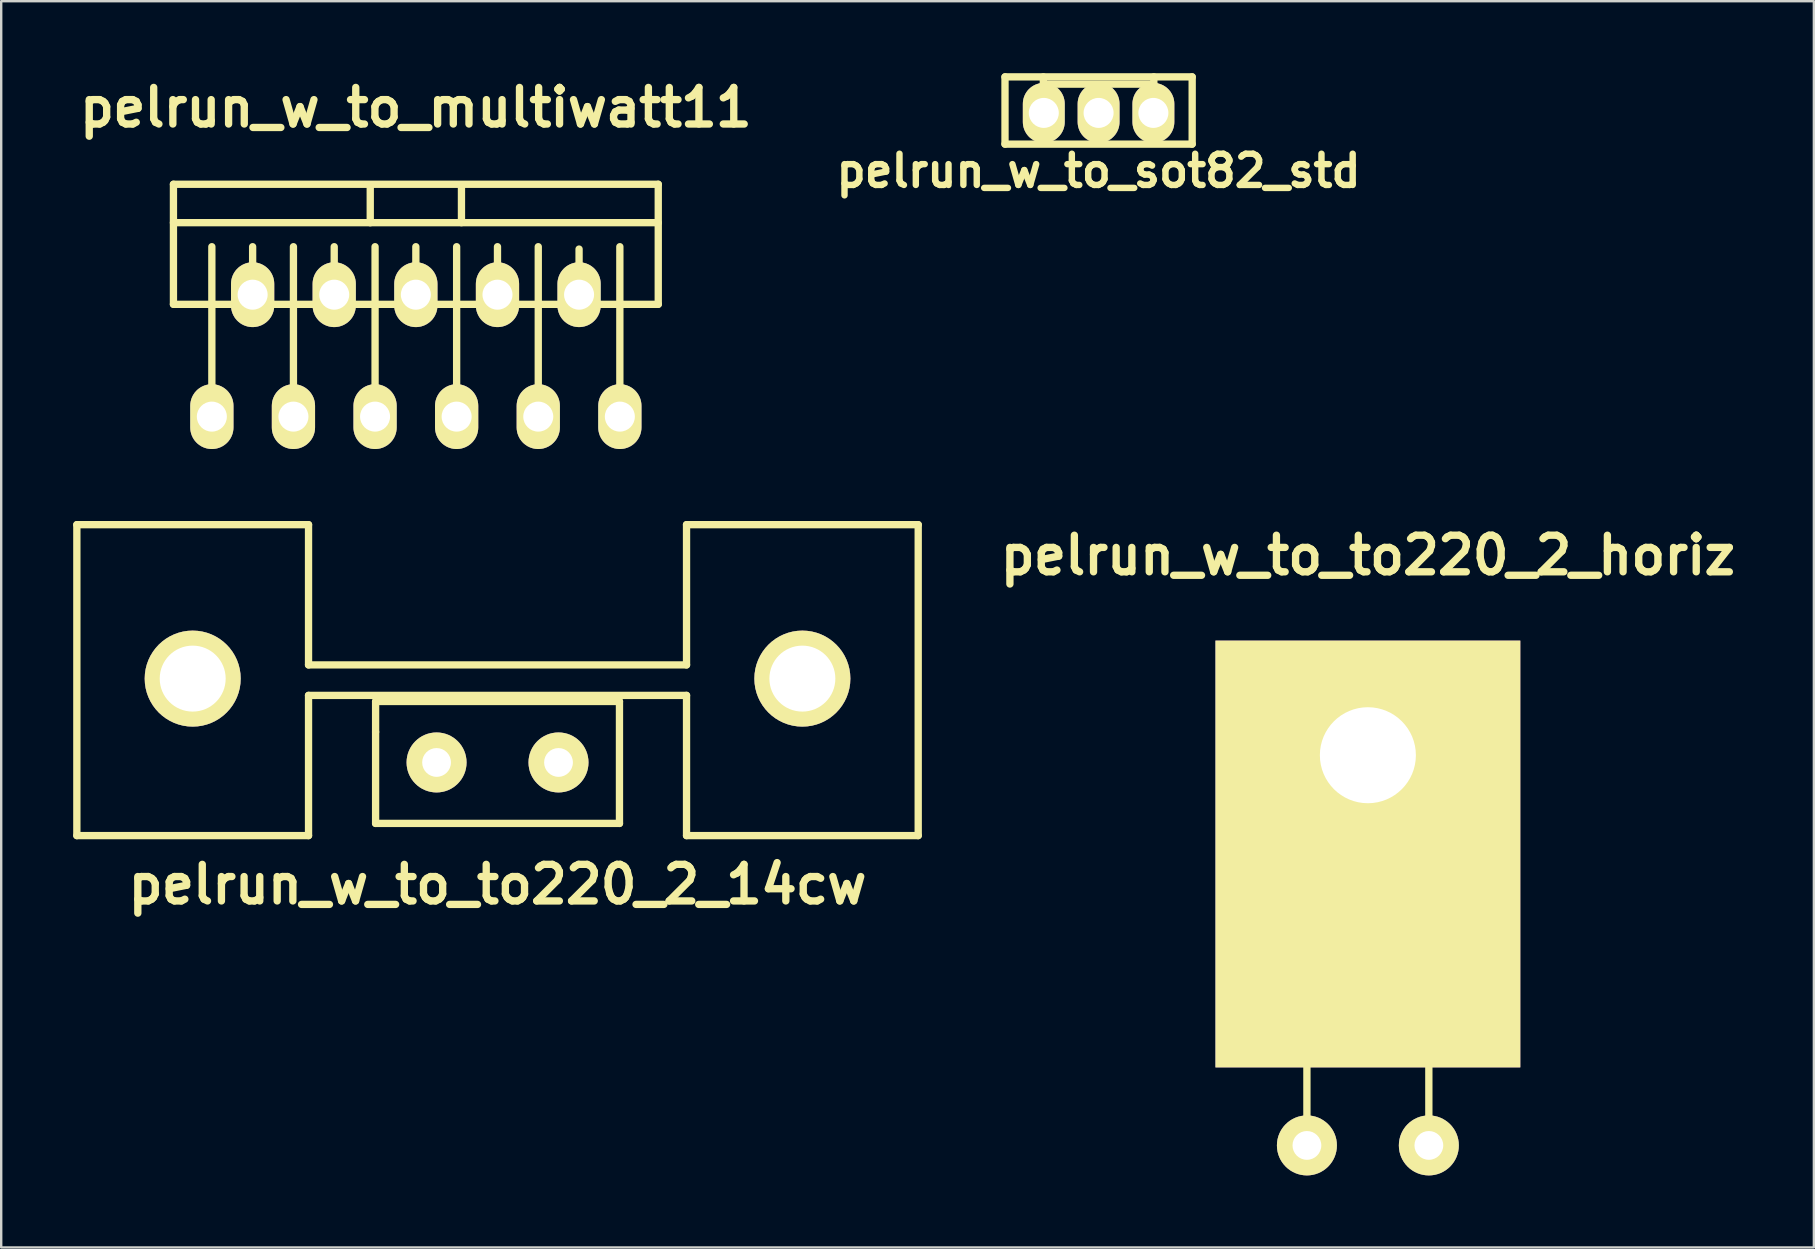
<source format=kicad_pcb>
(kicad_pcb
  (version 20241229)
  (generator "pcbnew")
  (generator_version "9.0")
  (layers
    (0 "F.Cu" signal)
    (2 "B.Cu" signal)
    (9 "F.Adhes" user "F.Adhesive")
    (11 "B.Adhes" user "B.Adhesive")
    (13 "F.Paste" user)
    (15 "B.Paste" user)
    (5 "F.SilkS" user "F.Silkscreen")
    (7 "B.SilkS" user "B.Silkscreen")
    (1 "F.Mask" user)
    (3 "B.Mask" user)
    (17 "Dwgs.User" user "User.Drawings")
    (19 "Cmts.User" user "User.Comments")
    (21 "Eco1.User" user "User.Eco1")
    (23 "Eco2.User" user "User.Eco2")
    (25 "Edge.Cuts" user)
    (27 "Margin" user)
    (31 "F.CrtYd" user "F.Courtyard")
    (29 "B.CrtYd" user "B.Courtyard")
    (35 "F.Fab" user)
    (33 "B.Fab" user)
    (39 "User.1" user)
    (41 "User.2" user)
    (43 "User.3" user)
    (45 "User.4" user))
  (footprint "pelrun_w_to_to220_2_14cw"
    (layer "F.Cu")
    (at 17.678 28.715)
    (property "Reference" "pelrun_w_to_to220_2_14cw" (at 0 5.08 0) (layer "F.SilkS") (effects (font (size 1.524 1.524) (thickness 0.305))))
    (attr through_hole)
    (fp_line (start -17.526 -9.906) (end -17.526 3.048) (stroke (width 0.305) (type solid)) (layer "F.SilkS"))
    (fp_line (start -17.526 3.048) (end -7.874 3.048) (stroke (width 0.305) (type solid)) (layer "F.SilkS"))
    (fp_line (start -7.874 -9.906) (end -17.526 -9.906) (stroke (width 0.305) (type solid)) (layer "F.SilkS"))
    (fp_line (start -7.874 -9.906) (end -7.874 -4.064) (stroke (width 0.305) (type solid)) (layer "F.SilkS"))
    (fp_line (start -7.874 -2.794) (end -7.874 3.048) (stroke (width 0.305) (type solid)) (layer "F.SilkS"))
    (fp_line (start -7.874 -2.794) (end 7.874 -2.794) (stroke (width 0.305) (type solid)) (layer "F.SilkS"))
    (fp_line (start -5.08 -2.54) (end -5.08 -1.27) (stroke (width 0.305) (type solid)) (layer "F.SilkS"))
    (fp_line (start -5.08 -1.27) (end -5.08 2.54) (stroke (width 0.305) (type solid)) (layer "F.SilkS"))
    (fp_line (start -5.08 2.54) (end 5.08 2.54) (stroke (width 0.305) (type solid)) (layer "F.SilkS"))
    (fp_line (start 5.08 -2.54) (end -5.08 -2.54) (stroke (width 0.305) (type solid)) (layer "F.SilkS"))
    (fp_line (start 5.08 2.54) (end 5.08 -2.54) (stroke (width 0.305) (type solid)) (layer "F.SilkS"))
    (fp_line (start 7.874 -9.906) (end 7.874 -4.064) (stroke (width 0.305) (type solid)) (layer "F.SilkS"))
    (fp_line (start 7.874 -4.064) (end -7.874 -4.064) (stroke (width 0.305) (type solid)) (layer "F.SilkS"))
    (fp_line (start 7.874 3.048) (end 7.874 -2.794) (stroke (width 0.305) (type solid)) (layer "F.SilkS"))
    (fp_line (start 7.874 3.048) (end 17.526 3.048) (stroke (width 0.305) (type solid)) (layer "F.SilkS"))
    (fp_line (start 17.526 -9.906) (end 7.874 -9.906) (stroke (width 0.305) (type solid)) (layer "F.SilkS"))
    (fp_line (start 17.526 -9.906) (end 17.526 3.048) (stroke (width 0.305) (type solid)) (layer "F.SilkS"))
    (pad "" thru_hole circle (at -12.7 -3.493) (size 4 4) (drill 2.748) (layers "*.Cu" "*.Mask" "F.SilkS"))
    (pad "" thru_hole circle (at 12.7 -3.493) (size 4 4) (drill 2.748) (layers "*.Cu" "*.Mask" "F.SilkS"))
    (pad "1" thru_hole circle (at 2.54 0) (size 2.499 2.499) (drill 1.199) (layers "*.Cu" "*.Mask" "F.SilkS"))
    (pad "2" thru_hole circle (at -2.54 0) (size 2.499 2.499) (drill 1.199) (layers "*.Cu" "*.Mask" "F.SilkS")))
  (footprint "pelrun_w_to_multiwatt11"
    (layer "F.Cu")
    (at 14.275 9.227)
    (property "Reference" "pelrun_w_to_multiwatt11" (at 0 -7.8 0) (layer "F.SilkS") (effects (font (size 1.524 1.524) (thickness 0.305))))
    (attr through_hole)
    (fp_line (start -10.099 -4.6) (end -10.099 0.399) (stroke (width 0.305) (type solid)) (layer "F.SilkS"))
    (fp_line (start -10.099 0.401) (end 10.099 0.401) (stroke (width 0.305) (type solid)) (layer "F.SilkS"))
    (fp_line (start -8.499 5.1) (end -8.499 -1.999) (stroke (width 0.305) (type solid)) (layer "F.SilkS"))
    (fp_line (start -6.8 0) (end -6.8 -1.999) (stroke (width 0.305) (type solid)) (layer "F.SilkS"))
    (fp_line (start -5.1 5.1) (end -5.1 -1.999) (stroke (width 0.305) (type solid)) (layer "F.SilkS"))
    (fp_line (start -3.401 0) (end -3.401 -1.999) (stroke (width 0.305) (type solid)) (layer "F.SilkS"))
    (fp_line (start -1.9 -2.997) (end -1.9 -4.498) (stroke (width 0.305) (type solid)) (layer "F.SilkS"))
    (fp_line (start -1.699 5.1) (end -1.699 -1.999) (stroke (width 0.305) (type solid)) (layer "F.SilkS"))
    (fp_line (start 0 0) (end 0 -1.999) (stroke (width 0.305) (type solid)) (layer "F.SilkS"))
    (fp_line (start 1.699 5.1) (end 1.699 -1.999) (stroke (width 0.305) (type solid)) (layer "F.SilkS"))
    (fp_line (start 1.9 -4.501) (end 1.9 -3) (stroke (width 0.305) (type solid)) (layer "F.SilkS"))
    (fp_line (start 3.401 0) (end 3.401 -1.999) (stroke (width 0.305) (type solid)) (layer "F.SilkS"))
    (fp_line (start 5.1 5.1) (end 5.1 -1.999) (stroke (width 0.305) (type solid)) (layer "F.SilkS"))
    (fp_line (start 6.8 0) (end 6.8 -1.9) (stroke (width 0.305) (type solid)) (layer "F.SilkS"))
    (fp_line (start 8.499 5.1) (end 8.499 -1.999) (stroke (width 0.305) (type solid)) (layer "F.SilkS"))
    (fp_line (start 10.099 -4.6) (end -10.099 -4.6) (stroke (width 0.305) (type solid)) (layer "F.SilkS"))
    (fp_line (start 10.099 -4.6) (end 10.099 0.399) (stroke (width 0.305) (type solid)) (layer "F.SilkS"))
    (fp_line (start 10.099 -3) (end -10.099 -3) (stroke (width 0.305) (type solid)) (layer "F.SilkS"))
    (pad "1" thru_hole oval (at -8.499 5.08) (size 1.801 2.7) (drill 1.25) (layers "*.Cu" "*.Mask" "F.SilkS"))
    (pad "2" thru_hole oval (at -6.8 0) (size 1.801 2.7) (drill 1.25) (layers "*.Cu" "*.Mask" "F.SilkS"))
    (pad "3" thru_hole oval (at -5.1 5.08) (size 1.801 2.7) (drill 1.25) (layers "*.Cu" "*.Mask" "F.SilkS"))
    (pad "4" thru_hole oval (at -3.401 0) (size 1.801 2.7) (drill 1.25) (layers "*.Cu" "*.Mask" "F.SilkS"))
    (pad "5" thru_hole oval (at -1.699 5.08) (size 1.801 2.7) (drill 1.25) (layers "*.Cu" "*.Mask" "F.SilkS"))
    (pad "6" thru_hole oval (at 0 0) (size 1.801 2.7) (drill 1.25) (layers "*.Cu" "*.Mask" "F.SilkS"))
    (pad "7" thru_hole oval (at 1.699 5.08) (size 1.801 2.7) (drill 1.25) (layers "*.Cu" "*.Mask" "F.SilkS"))
    (pad "8" thru_hole oval (at 3.401 0) (size 1.801 2.7) (drill 1.25) (layers "*.Cu" "*.Mask" "F.SilkS"))
    (pad "9" thru_hole oval (at 5.1 5.08) (size 1.801 2.7) (drill 1.25) (layers "*.Cu" "*.Mask" "F.SilkS"))
    (pad "10" thru_hole oval (at 6.8 0) (size 1.801 2.7) (drill 1.25) (layers "*.Cu" "*.Mask" "F.SilkS"))
    (pad "11" thru_hole oval (at 8.499 5.08) (size 1.801 2.7) (drill 1.25) (layers "*.Cu" "*.Mask" "F.SilkS")))
  (footprint "pelrun_w_to_to220_2_horiz"
    (layer "F.Cu")
    (at 53.938 35.069)
    (property "Reference" "pelrun_w_to_to220_2_horiz" (at 0 -14.986 0) (layer "F.SilkS") (effects (font (size 1.524 1.524) (thickness 0.305))))
    (attr through_hole)
    (fp_line (start -5.08 -9.906) (end -5.08 5.461) (stroke (width 0.305) (type solid)) (layer "F.SilkS"))
    (fp_line (start -5.08 5.461) (end 5.08 5.461) (stroke (width 0.305) (type solid)) (layer "F.SilkS"))
    (fp_line (start -2.54 9.652) (end -2.54 5.461) (stroke (width 0.305) (type solid)) (layer "F.SilkS"))
    (fp_line (start 2.54 9.652) (end 2.54 5.461) (stroke (width 0.305) (type solid)) (layer "F.SilkS"))
    (fp_line (start 5.08 -9.906) (end -5.08 -9.906) (stroke (width 0.305) (type solid)) (layer "F.SilkS"))
    (fp_line (start 5.08 -3.429) (end -5.08 -3.429) (stroke (width 0.254) (type solid)) (layer "F.SilkS"))
    (fp_line (start 5.08 5.461) (end 5.08 -9.906) (stroke (width 0.305) (type solid)) (layer "F.SilkS"))
    (pad "1" thru_hole circle (at 2.54 9.601) (size 2.499 2.499) (drill 1.199) (layers "*.Cu" "*.Mask" "F.SilkS"))
    (pad "2" thru_hole circle (at -2.54 9.601) (size 2.499 2.499) (drill 1.199) (layers "*.Cu" "*.Mask" "F.SilkS"))
    (pad "3" thru_hole rect (at 0 -6.655) (size 12.7 17.78) (drill 4 (offset 0 4.115)) (layers "F.Cu" "F.Mask" "F.SilkS")))
  (footprint "pelrun_w_to_sot82_std"
    (layer "F.Cu")
    (at 42.719 1.654)
    (property "Reference" "pelrun_w_to_sot82_std" (at 0 2.413 0) (layer "F.SilkS") (effects (font (size 1.3 1.3) (thickness 0.267))))
    (attr through_hole)
    (fp_line (start -3.899 -1.501) (end -3.899 1.3) (stroke (width 0.305) (type solid)) (layer "F.SilkS"))
    (fp_line (start -3.899 1.3) (end 3.899 1.3) (stroke (width 0.305) (type solid)) (layer "F.SilkS"))
    (fp_line (start -2.301 -1.501) (end -2.301 -1.199) (stroke (width 0.305) (type solid)) (layer "F.SilkS"))
    (fp_line (start -2.301 -1.199) (end 2.301 -1.199) (stroke (width 0.305) (type solid)) (layer "F.SilkS"))
    (fp_line (start 2.301 -1.199) (end 2.301 -1.501) (stroke (width 0.305) (type solid)) (layer "F.SilkS"))
    (fp_line (start 3.899 -1.501) (end -3.899 -1.501) (stroke (width 0.305) (type solid)) (layer "F.SilkS"))
    (fp_line (start 3.899 1.3) (end 3.899 -1.501) (stroke (width 0.305) (type solid)) (layer "F.SilkS"))
    (pad "1" thru_hole oval (at 2.283 0) (size 1.745 2.499) (drill 1.25) (layers "*.Cu" "*.Mask" "F.SilkS"))
    (pad "2" thru_hole oval (at 0 0) (size 1.745 2.499) (drill 1.25) (layers "*.Cu" "*.Mask" "F.SilkS"))
    (pad "3" thru_hole oval (at -2.283 0) (size 1.745 2.499) (drill 1.25) (layers "*.Cu" "*.Mask" "F.SilkS")))
  (gr_rect
    (start -3 -3)
    (end 72.519 48.92)
    (stroke (width 0.1) (type default))
    (fill no)
    (layer "Edge.Cuts")))
</source>
